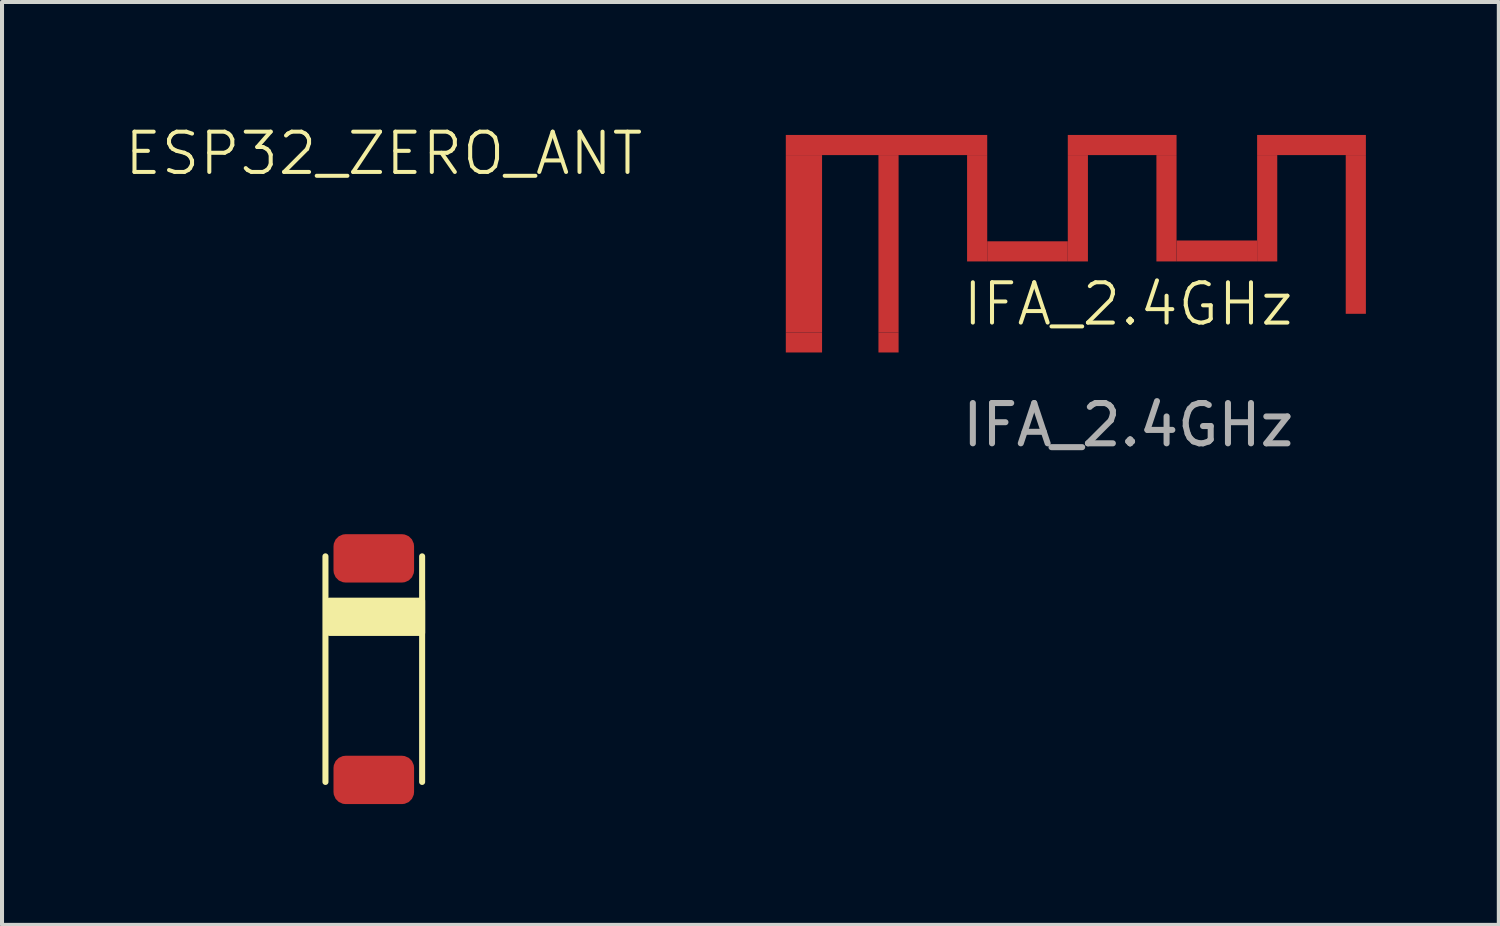
<source format=kicad_pcb>
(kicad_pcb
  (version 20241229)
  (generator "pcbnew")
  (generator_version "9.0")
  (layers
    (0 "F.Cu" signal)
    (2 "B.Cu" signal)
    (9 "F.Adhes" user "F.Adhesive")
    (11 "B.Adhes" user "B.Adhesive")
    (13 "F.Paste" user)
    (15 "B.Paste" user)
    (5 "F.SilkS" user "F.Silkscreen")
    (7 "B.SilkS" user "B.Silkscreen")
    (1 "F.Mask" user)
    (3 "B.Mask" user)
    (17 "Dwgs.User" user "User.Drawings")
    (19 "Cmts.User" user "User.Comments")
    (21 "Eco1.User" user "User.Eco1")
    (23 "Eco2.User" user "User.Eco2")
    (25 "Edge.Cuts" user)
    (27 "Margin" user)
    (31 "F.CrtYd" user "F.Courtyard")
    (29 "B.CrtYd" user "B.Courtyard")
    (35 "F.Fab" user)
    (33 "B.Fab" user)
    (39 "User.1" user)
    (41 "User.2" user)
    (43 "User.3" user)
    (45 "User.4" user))
  (footprint "ESP32_ZERO_ANT"
    (layer "F.Cu")
    (at 6.179 13.661)
    (property "Reference" "ESP32_ZERO_ANT" (at 0.3 -12.9 0) (unlocked yes) (layer "F.SilkS") (effects (font (size 1 1) (thickness 0.1))))
    (attr smd)
    (fp_line (start -1.15 -2.9) (end -1.15 2.7) (stroke (width 0.15) (type default)) (layer "F.SilkS"))
    (fp_line (start 1.25 -2.9) (end 1.25 2.7) (stroke (width 0.15) (type default)) (layer "F.SilkS"))
    (fp_rect (start -1.05 -1.8) (end 1.25 -1) (stroke (width 0.15) (type solid)) (fill yes) (layer "F.SilkS"))
    (pad "1" smd roundrect (at 0.05 -2.85 90) (size 1.2 2) (layers "F.Cu" "F.Mask" "F.Paste") (roundrect_rratio 0.25))
    (pad "2" smd roundrect (at 0.05 2.65 90) (size 1.2 2) (layers "F.Cu" "F.Mask" "F.Paste") (roundrect_rratio 0.25)))
  (footprint "IFA_2.4GHz"
    (layer "F.Cu")
    (at 16.457 5.7)
    (property "Reference" "IFA_2.4GHz" (at 8.5 -1.2 0) (unlocked yes) (layer "F.SilkS") (effects (font (size 1 1) (thickness 0.1))))
    (attr smd)
    (fp_rect (start 0 -4.9) (end 5 -5.4) (stroke (width 0) (type solid)) (fill yes) (layer "F.Cu"))
    (fp_rect (start 0 -0.5) (end 0.9 -4.9) (stroke (width 0) (type solid)) (fill yes) (layer "F.Cu"))
    (fp_rect (start 2.3 -0.5) (end 2.8 -4.9) (stroke (width 0) (type solid)) (fill yes) (layer "F.Cu"))
    (fp_rect (start 4.5 -2.26) (end 5 -4.9) (stroke (width 0) (type solid)) (fill yes) (layer "F.Cu"))
    (fp_rect (start 5 -2.26) (end 7 -2.76) (stroke (width 0) (type solid)) (fill yes) (layer "F.Cu"))
    (fp_rect (start 7 -4.9) (end 9.7 -5.4) (stroke (width 0) (type solid)) (fill yes) (layer "F.Cu"))
    (fp_rect (start 7 -2.26) (end 7.5 -4.9) (stroke (width 0) (type solid)) (fill yes) (layer "F.Cu"))
    (fp_rect (start 9.2 -2.26) (end 9.7 -4.9) (stroke (width 0) (type solid)) (fill yes) (layer "F.Cu"))
    (fp_rect (start 9.7 -2.26) (end 11.7 -2.78) (stroke (width 0) (type solid)) (fill yes) (layer "F.Cu"))
    (fp_rect (start 11.7 -4.9) (end 14.4 -5.4) (stroke (width 0) (type solid)) (fill yes) (layer "F.Cu"))
    (fp_rect (start 11.7 -2.26) (end 12.2 -4.9) (stroke (width 0) (type solid)) (fill yes) (layer "F.Cu"))
    (fp_rect (start 13.9 -0.96) (end 14.4 -4.9) (stroke (width 0) (type solid)) (fill yes) (layer "F.Cu"))
    (fp_text user "${REFERENCE}" (at 8.5 1.8 0) (unlocked yes) (layer "F.Fab") (effects (font (size 1 1) (thickness 0.15))))
    (pad "1" smd custom (at 0.45 -0.25) (size 0.9 0.5) (layers "F.Cu" "F.Mask" "F.Paste") (options (anchor rect)) (primitives))
    (pad "2" smd rect (at 2.55 -0.25) (size 0.5 0.5) (layers "F.Cu" "F.Mask" "F.Paste"))
    (zone (net_name "") (layer "F.Cu") (name "Keepout") (hatch edge 0.5) (connect_pads) (min_thickness 0.25) (filled_areas_thickness no) (keepout (tracks not_allowed) (vias not_allowed) (pads not_allowed) (copperpour not_allowed) (footprints not_allowed)) (placement (enabled no)) (fill) (polygon (pts (xy 15.957 0) (xy 15.957 5.2) (xy 31.157 5.2) (xy 31.157 0)))))
  (gr_rect
    (start -3 -3)
    (end 34.157 19.91)
    (stroke (width 0.1) (type default))
    (fill no)
    (layer "Edge.Cuts")))
</source>
